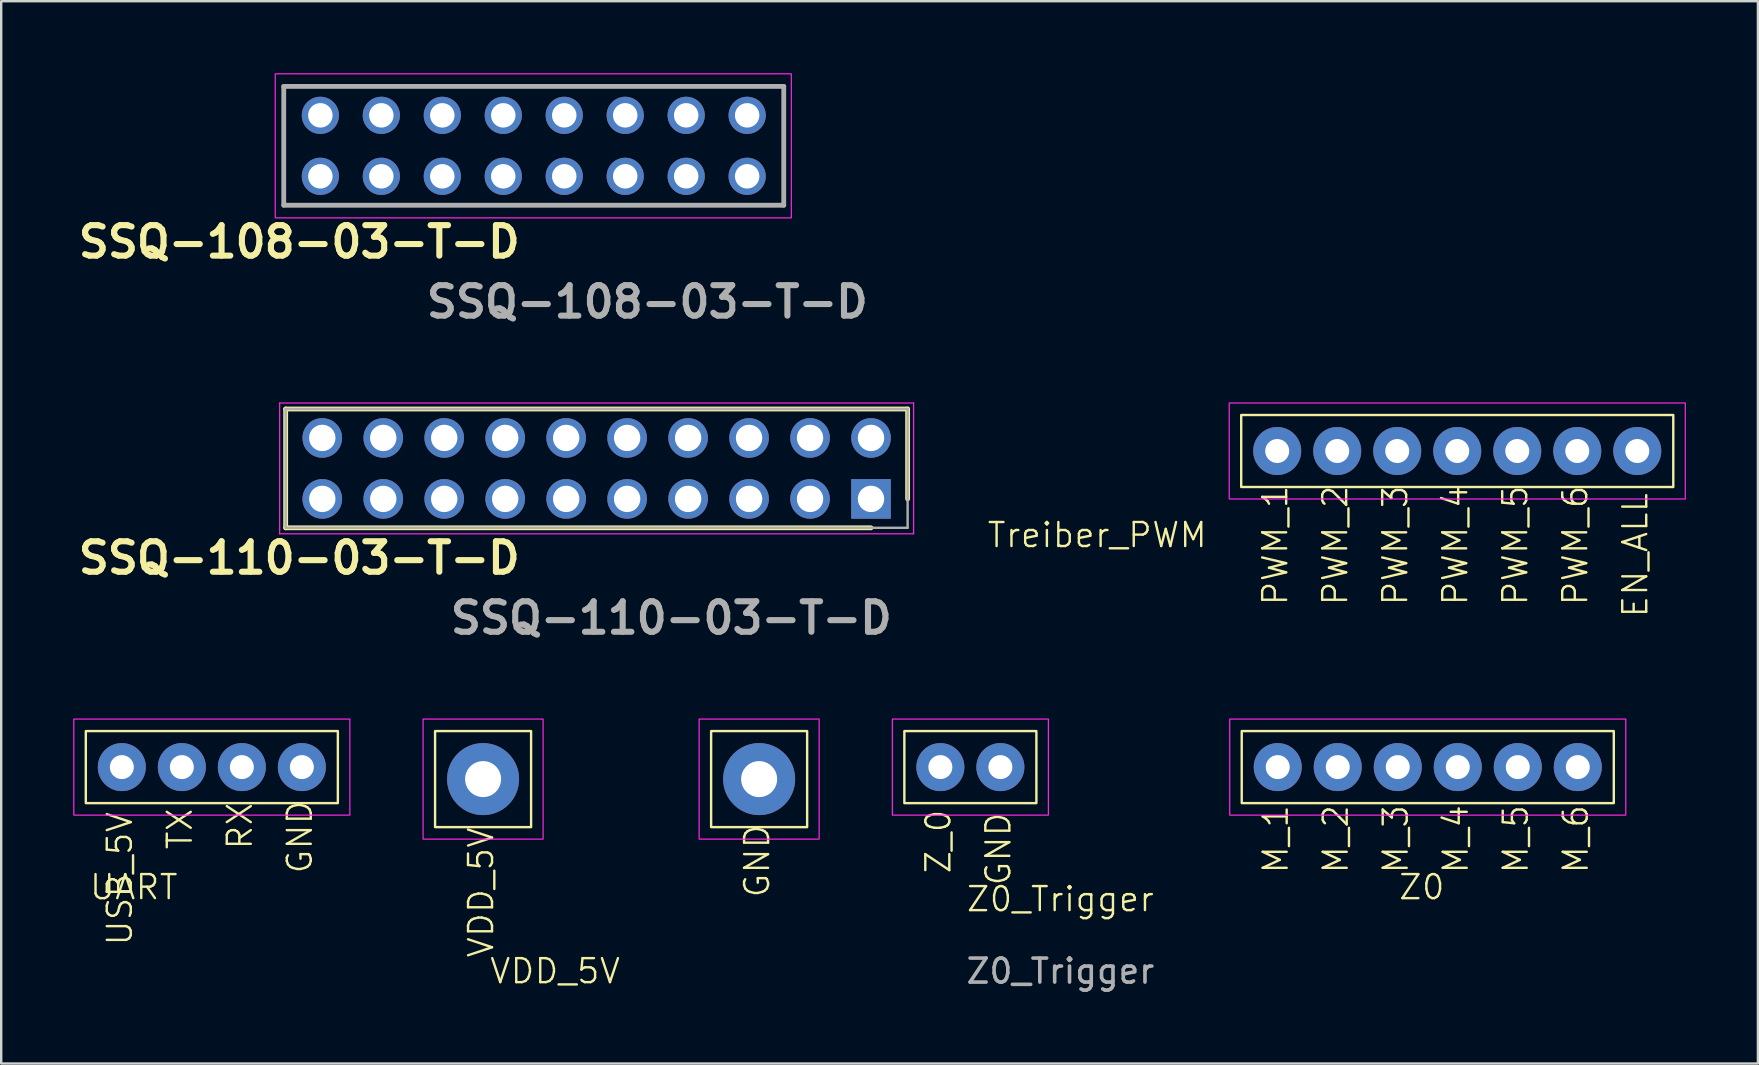
<source format=kicad_pcb>
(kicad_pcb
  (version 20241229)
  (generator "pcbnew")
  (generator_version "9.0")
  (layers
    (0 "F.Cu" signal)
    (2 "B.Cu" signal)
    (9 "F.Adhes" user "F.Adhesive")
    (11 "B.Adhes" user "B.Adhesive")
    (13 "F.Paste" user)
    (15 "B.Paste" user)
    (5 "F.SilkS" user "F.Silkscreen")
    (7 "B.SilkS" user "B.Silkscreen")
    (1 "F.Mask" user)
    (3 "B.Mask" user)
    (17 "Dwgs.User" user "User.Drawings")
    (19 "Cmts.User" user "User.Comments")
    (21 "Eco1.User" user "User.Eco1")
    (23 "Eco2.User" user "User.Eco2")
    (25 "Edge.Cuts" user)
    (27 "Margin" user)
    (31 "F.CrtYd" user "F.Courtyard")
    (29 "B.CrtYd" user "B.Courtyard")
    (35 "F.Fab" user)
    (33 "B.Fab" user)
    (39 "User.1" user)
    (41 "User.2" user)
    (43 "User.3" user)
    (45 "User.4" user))
  (footprint "Z0_Trigger"
    (layer "F.Cu")
    (at 34.625 30.407)
    (property "Reference" "Z0_Trigger" (at 6.5 4 0) (unlocked yes) (layer "F.SilkS") (effects (font (size 1 1) (thickness 0.1))))
    (attr through_hole)
    (fp_rect (start 0 -3) (end 5.5 0) (stroke (width 0.1) (type default)) (fill no) (layer "F.SilkS"))
    (fp_rect (start -0.5 -3.5) (end 6 0.5) (stroke (width 0.05) (type default)) (fill no) (layer "F.CrtYd"))
    (fp_text user "Z_0" (at 2 3 90) (unlocked yes) (layer "F.SilkS") (effects (font (size 1 1) (thickness 0.1)) (justify left bottom)))
    (fp_text user "GND" (at 4.5 3.5 90) (unlocked yes) (layer "F.SilkS") (effects (font (size 1 1) (thickness 0.1)) (justify left bottom)))
    (fp_text user "${REFERENCE}" (at 6.5 7 0) (unlocked yes) (layer "F.Fab") (effects (font (size 1 1) (thickness 0.15))))
    (pad "1" thru_hole circle (at 1.5 -1.5) (size 2 2) (drill 1) (layers "*.Cu" "*.Mask"))
    (pad "2" thru_hole circle (at 4 -1.5) (size 2 2) (drill 1) (layers "*.Cu" "*.Mask")))
  (footprint "UART"
    (layer "F.Cu")
    (at 0.525 30.407)
    (property "Reference" "UART" (at 2 3.5 0) (unlocked yes) (layer "F.SilkS") (effects (font (size 1 1) (thickness 0.1))))
    (attr through_hole)
    (fp_rect (start 0 -3) (end 10.5 0) (stroke (width 0.1) (type default)) (fill no) (layer "F.SilkS"))
    (fp_rect (start -0.5 -3.5) (end 11 0.5) (stroke (width 0.05) (type default)) (fill no) (layer "F.CrtYd"))
    (fp_text user "USB_5V" (at 2 6 90) (unlocked yes) (layer "F.SilkS") (effects (font (size 1 1) (thickness 0.1)) (justify left bottom)))
    (fp_text user "RX" (at 7 2 90) (unlocked yes) (layer "F.SilkS") (effects (font (size 1 1) (thickness 0.1)) (justify left bottom)))
    (fp_text user "GND" (at 9.5 3 90) (unlocked yes) (layer "F.SilkS") (effects (font (size 1 1) (thickness 0.1)) (justify left bottom)))
    (fp_text user "TX" (at 4.5 2 90) (unlocked yes) (layer "F.SilkS") (effects (font (size 1 1) (thickness 0.1)) (justify left bottom)))
    (pad "1" thru_hole circle (at 1.5 -1.5) (size 2 2) (drill 1) (layers "*.Cu" "*.Mask"))
    (pad "2" thru_hole circle (at 4 -1.5) (size 2 2) (drill 1) (layers "*.Cu" "*.Mask"))
    (pad "3" thru_hole circle (at 6.5 -1.5) (size 2 2) (drill 1) (layers "*.Cu" "*.Mask"))
    (pad "4" thru_hole circle (at 9 -1.5) (size 2 2) (drill 1) (layers "*.Cu" "*.Mask")))
  (footprint "SSQ-108-03-T-D"
    (layer "F.Cu")
    (at 8.416 5.525)
    (property "Reference" "SSQ-108-03-T-D" (at 1 1.5 0) (layer "F.SilkS") (effects (font (size 1.27 1.27) (thickness 0.254))))
    (attr through_hole)
    (fp_line (start 0.355 -4.975) (end 21.185 -4.975) (stroke (width 0.1) (type solid)) (layer "F.SilkS"))
    (fp_line (start 0.355 -0.025) (end 0.355 -4.975) (stroke (width 0.1) (type solid)) (layer "F.SilkS"))
    (fp_line (start 21.185 -4.975) (end 21.185 -0.025) (stroke (width 0.1) (type solid)) (layer "F.SilkS"))
    (fp_line (start 21.185 -0.025) (end 0.355 -0.025) (stroke (width 0.1) (type solid)) (layer "F.SilkS"))
    (fp_rect (start 0 -5.5) (end 21.5 0.5) (stroke (width 0.05) (type default)) (fill no) (layer "F.CrtYd"))
    (fp_line (start 0.355 -4.975) (end 21.185 -4.975) (stroke (width 0.2) (type solid)) (layer "F.Fab"))
    (fp_line (start 0.355 -0.025) (end 0.355 -4.975) (stroke (width 0.2) (type solid)) (layer "F.Fab"))
    (fp_line (start 21.185 -4.975) (end 21.185 -0.025) (stroke (width 0.2) (type solid)) (layer "F.Fab"))
    (fp_line (start 21.185 -0.025) (end 0.355 -0.025) (stroke (width 0.2) (type solid)) (layer "F.Fab"))
    (fp_text user "${REFERENCE}" (at 15.5 4 0) (layer "F.Fab") (effects (font (size 1.27 1.27) (thickness 0.254))))
    (pad "1" thru_hole circle (at 19.66 -1.23) (size 1.55 1.55) (drill 1.02) (layers "*.Cu" "*.Mask"))
    (pad "2" thru_hole circle (at 19.66 -3.77) (size 1.55 1.55) (drill 1.02) (layers "*.Cu" "*.Mask"))
    (pad "3" thru_hole circle (at 17.12 -1.23) (size 1.55 1.55) (drill 1.02) (layers "*.Cu" "*.Mask"))
    (pad "4" thru_hole circle (at 17.12 -3.77) (size 1.55 1.55) (drill 1.02) (layers "*.Cu" "*.Mask"))
    (pad "5" thru_hole circle (at 14.58 -1.23) (size 1.55 1.55) (drill 1.02) (layers "*.Cu" "*.Mask"))
    (pad "6" thru_hole circle (at 14.58 -3.77) (size 1.55 1.55) (drill 1.02) (layers "*.Cu" "*.Mask"))
    (pad "7" thru_hole circle (at 12.04 -1.23) (size 1.55 1.55) (drill 1.02) (layers "*.Cu" "*.Mask"))
    (pad "8" thru_hole circle (at 12.04 -3.77) (size 1.55 1.55) (drill 1.02) (layers "*.Cu" "*.Mask"))
    (pad "9" thru_hole circle (at 9.5 -1.23) (size 1.55 1.55) (drill 1.02) (layers "*.Cu" "*.Mask"))
    (pad "10" thru_hole circle (at 9.5 -3.77) (size 1.55 1.55) (drill 1.02) (layers "*.Cu" "*.Mask"))
    (pad "11" thru_hole circle (at 6.96 -1.23) (size 1.55 1.55) (drill 1.02) (layers "*.Cu" "*.Mask"))
    (pad "12" thru_hole circle (at 6.96 -3.77) (size 1.55 1.55) (drill 1.02) (layers "*.Cu" "*.Mask"))
    (pad "13" thru_hole circle (at 4.42 -1.23) (size 1.55 1.55) (drill 1.02) (layers "*.Cu" "*.Mask"))
    (pad "14" thru_hole circle (at 4.42 -3.77) (size 1.55 1.55) (drill 1.02) (layers "*.Cu" "*.Mask"))
    (pad "15" thru_hole circle (at 1.88 -1.23) (size 1.55 1.55) (drill 1.02) (layers "*.Cu" "*.Mask"))
    (pad "16" thru_hole circle (at 1.88 -3.77) (size 1.55 1.55) (drill 1.02) (layers "*.Cu" "*.Mask")))
  (footprint "Treiber_PWM"
    (layer "F.Cu")
    (at 48.658 17.239)
    (property "Reference" "Treiber_PWM" (at -6 2 0) (unlocked yes) (layer "F.SilkS") (effects (font (size 1 1) (thickness 0.1))))
    (attr through_hole)
    (fp_rect (start 0 -3) (end 18 0) (stroke (width 0.1) (type default)) (fill no) (layer "F.SilkS"))
    (fp_rect (start -0.5 -3.5) (end 18.5 0.5) (stroke (width 0.05) (type default)) (fill no) (layer "F.CrtYd"))
    (fp_text user "PWM_4" (at 9.5 5 90) (unlocked yes) (layer "F.SilkS") (effects (font (size 1 1) (thickness 0.1)) (justify left bottom)))
    (fp_text user "EN_ALL" (at 17 5.5 90) (unlocked yes) (layer "F.SilkS") (effects (font (size 1 1) (thickness 0.1)) (justify left bottom)))
    (fp_text user "PWM_6" (at 14.5 5 90) (unlocked yes) (layer "F.SilkS") (effects (font (size 1 1) (thickness 0.1)) (justify left bottom)))
    (fp_text user "PWM_5" (at 12 5 90) (unlocked yes) (layer "F.SilkS") (effects (font (size 1 1) (thickness 0.1)) (justify left bottom)))
    (fp_text user "PWM_3" (at 7 5 90) (unlocked yes) (layer "F.SilkS") (effects (font (size 1 1) (thickness 0.1)) (justify left bottom)))
    (fp_text user "PWM_2" (at 4.5 5 90) (unlocked yes) (layer "F.SilkS") (effects (font (size 1 1) (thickness 0.1)) (justify left bottom)))
    (fp_text user "PWM_1" (at 2 5 90) (unlocked yes) (layer "F.SilkS") (effects (font (size 1 1) (thickness 0.1)) (justify left bottom)))
    (pad "1" thru_hole circle (at 1.5 -1.5) (size 2 2) (drill 1) (layers "*.Cu" "*.Mask"))
    (pad "2" thru_hole circle (at 4 -1.5) (size 2 2) (drill 1) (layers "*.Cu" "*.Mask"))
    (pad "3" thru_hole circle (at 6.5 -1.5) (size 2 2) (drill 1) (layers "*.Cu" "*.Mask"))
    (pad "4" thru_hole circle (at 9 -1.5) (size 2 2) (drill 1) (layers "*.Cu" "*.Mask"))
    (pad "5" thru_hole circle (at 11.5 -1.5) (size 2 2) (drill 1) (layers "*.Cu" "*.Mask"))
    (pad "6" thru_hole circle (at 14 -1.5) (size 2 2) (drill 1) (layers "*.Cu" "*.Mask"))
    (pad "7" thru_hole circle (at 16.5 -1.5) (size 2 2) (drill 1) (layers "*.Cu" "*.Mask")))
  (footprint "Z0"
    (layer "F.Cu")
    (at 48.68 30.407)
    (property "Reference" "Z0" (at 7.5 3.5 0) (unlocked yes) (layer "F.SilkS") (effects (font (size 1 1) (thickness 0.1))))
    (attr through_hole)
    (fp_rect (start 0 -3) (end 15.5 0) (stroke (width 0.1) (type default)) (fill no) (layer "F.SilkS"))
    (fp_rect (start -0.5 -3.5) (end 16 0.5) (stroke (width 0.05) (type default)) (fill no) (layer "F.CrtYd"))
    (fp_text user "M_3" (at 7 3 90) (unlocked yes) (layer "F.SilkS") (effects (font (size 1 1) (thickness 0.1)) (justify left bottom)))
    (fp_text user "M_4" (at 9.5 3 90) (unlocked yes) (layer "F.SilkS") (effects (font (size 1 1) (thickness 0.1)) (justify left bottom)))
    (fp_text user "M_1" (at 2 3 90) (unlocked yes) (layer "F.SilkS") (effects (font (size 1 1) (thickness 0.1)) (justify left bottom)))
    (fp_text user "M_5" (at 12 3 90) (unlocked yes) (layer "F.SilkS") (effects (font (size 1 1) (thickness 0.1)) (justify left bottom)))
    (fp_text user "M_2" (at 4.5 3 90) (unlocked yes) (layer "F.SilkS") (effects (font (size 1 1) (thickness 0.1)) (justify left bottom)))
    (fp_text user "M_6" (at 14.5 3 90) (unlocked yes) (layer "F.SilkS") (effects (font (size 1 1) (thickness 0.1)) (justify left bottom)))
    (pad "1" thru_hole circle (at 1.5 -1.5) (size 2 2) (drill 1) (layers "*.Cu" "*.Mask"))
    (pad "2" thru_hole circle (at 4 -1.5) (size 2 2) (drill 1) (layers "*.Cu" "*.Mask"))
    (pad "3" thru_hole circle (at 6.5 -1.5) (size 2 2) (drill 1) (layers "*.Cu" "*.Mask"))
    (pad "4" thru_hole circle (at 9 -1.5) (size 2 2) (drill 1) (layers "*.Cu" "*.Mask"))
    (pad "5" thru_hole circle (at 11.5 -1.5) (size 2 2) (drill 1) (layers "*.Cu" "*.Mask"))
    (pad "6" thru_hole circle (at 14 -1.5) (size 2 2) (drill 1) (layers "*.Cu" "*.Mask")))
  (footprint "SSQ-110-03-T-D"
    (layer "F.Cu")
    (at 8.416 19.194)
    (property "Reference" "SSQ-110-03-T-D" (at 1 1 0) (layer "F.SilkS") (effects (font (size 1.27 1.27) (thickness 0.254))))
    (attr through_hole)
    (fp_line (start 0.435 -5.205) (end 26.345 -5.205) (stroke (width 0.2) (type solid)) (layer "F.SilkS"))
    (fp_line (start 0.435 -0.255) (end 0.435 -5.205) (stroke (width 0.2) (type solid)) (layer "F.SilkS"))
    (fp_line (start 24.82 -0.255) (end 0.435 -0.255) (stroke (width 0.2) (type solid)) (layer "F.SilkS"))
    (fp_line (start 26.345 -5.205) (end 26.345 -1.46) (stroke (width 0.2) (type solid)) (layer "F.SilkS"))
    (fp_line (start 0.185 -5.455) (end 26.595 -5.455) (stroke (width 0.05) (type solid)) (layer "F.CrtYd"))
    (fp_line (start 0.185 -0.005) (end 0.185 -5.455) (stroke (width 0.05) (type solid)) (layer "F.CrtYd"))
    (fp_line (start 26.595 -5.455) (end 26.595 -0.005) (stroke (width 0.05) (type solid)) (layer "F.CrtYd"))
    (fp_line (start 26.595 -0.005) (end 0.185 -0.005) (stroke (width 0.05) (type solid)) (layer "F.CrtYd"))
    (fp_line (start 0.435 -5.205) (end 26.345 -5.205) (stroke (width 0.1) (type solid)) (layer "F.Fab"))
    (fp_line (start 0.435 -0.255) (end 0.435 -5.205) (stroke (width 0.1) (type solid)) (layer "F.Fab"))
    (fp_line (start 26.345 -5.205) (end 26.345 -0.255) (stroke (width 0.1) (type solid)) (layer "F.Fab"))
    (fp_line (start 26.345 -0.255) (end 0.435 -0.255) (stroke (width 0.1) (type solid)) (layer "F.Fab"))
    (fp_text user "${REFERENCE}" (at 16.5 3.5 0) (layer "F.Fab") (effects (font (size 1.27 1.27) (thickness 0.254))))
    (pad "1" thru_hole rect (at 24.82 -1.46) (size 1.65 1.65) (drill 1.1) (layers "*.Cu" "*.Mask"))
    (pad "2" thru_hole circle (at 24.82 -4) (size 1.65 1.65) (drill 1.1) (layers "*.Cu" "*.Mask"))
    (pad "3" thru_hole circle (at 22.28 -1.46) (size 1.65 1.65) (drill 1.1) (layers "*.Cu" "*.Mask"))
    (pad "4" thru_hole circle (at 22.28 -4) (size 1.65 1.65) (drill 1.1) (layers "*.Cu" "*.Mask"))
    (pad "5" thru_hole circle (at 19.74 -1.46) (size 1.65 1.65) (drill 1.1) (layers "*.Cu" "*.Mask"))
    (pad "6" thru_hole circle (at 19.74 -4) (size 1.65 1.65) (drill 1.1) (layers "*.Cu" "*.Mask"))
    (pad "7" thru_hole circle (at 17.2 -1.46) (size 1.65 1.65) (drill 1.1) (layers "*.Cu" "*.Mask"))
    (pad "8" thru_hole circle (at 17.2 -4) (size 1.65 1.65) (drill 1.1) (layers "*.Cu" "*.Mask"))
    (pad "9" thru_hole circle (at 14.66 -1.46) (size 1.65 1.65) (drill 1.1) (layers "*.Cu" "*.Mask"))
    (pad "10" thru_hole circle (at 14.66 -4) (size 1.65 1.65) (drill 1.1) (layers "*.Cu" "*.Mask"))
    (pad "11" thru_hole circle (at 12.12 -1.46) (size 1.65 1.65) (drill 1.1) (layers "*.Cu" "*.Mask"))
    (pad "12" thru_hole circle (at 12.12 -4) (size 1.65 1.65) (drill 1.1) (layers "*.Cu" "*.Mask"))
    (pad "13" thru_hole circle (at 9.58 -1.46) (size 1.65 1.65) (drill 1.1) (layers "*.Cu" "*.Mask"))
    (pad "14" thru_hole circle (at 9.58 -4) (size 1.65 1.65) (drill 1.1) (layers "*.Cu" "*.Mask"))
    (pad "15" thru_hole circle (at 7.04 -1.46) (size 1.65 1.65) (drill 1.1) (layers "*.Cu" "*.Mask"))
    (pad "16" thru_hole circle (at 7.04 -4) (size 1.65 1.65) (drill 1.1) (layers "*.Cu" "*.Mask"))
    (pad "17" thru_hole circle (at 4.5 -1.46) (size 1.65 1.65) (drill 1.1) (layers "*.Cu" "*.Mask"))
    (pad "18" thru_hole circle (at 4.5 -4) (size 1.65 1.65) (drill 1.1) (layers "*.Cu" "*.Mask"))
    (pad "19" thru_hole circle (at 1.96 -1.46) (size 1.65 1.65) (drill 1.1) (layers "*.Cu" "*.Mask"))
    (pad "20" thru_hole circle (at 1.96 -4) (size 1.65 1.65) (drill 1.1) (layers "*.Cu" "*.Mask")))
  (footprint "VDD_5V"
    (layer "F.Cu")
    (at 15.075 31.407)
    (property "Reference" "VDD_5V" (at 5 6 0) (unlocked yes) (layer "F.SilkS") (effects (font (size 1 1) (thickness 0.1))))
    (attr through_hole)
    (fp_rect (start 0 -4) (end 4 0) (stroke (width 0.1) (type default)) (fill no) (layer "F.SilkS"))
    (fp_rect (start 11.5 -4) (end 15.5 0) (stroke (width 0.1) (type default)) (fill no) (layer "F.SilkS"))
    (fp_rect (start -0.5 -4.5) (end 4.5 0.5) (stroke (width 0.05) (type default)) (fill no) (layer "F.CrtYd"))
    (fp_rect (start 11 -4.5) (end 16 0.5) (stroke (width 0.05) (type default)) (fill no) (layer "F.CrtYd"))
    (fp_text user "GND" (at 14 3 90) (unlocked yes) (layer "F.SilkS") (effects (font (size 1 1) (thickness 0.1)) (justify left bottom)))
    (fp_text user "VDD_5V" (at 2.5 5.5 90) (unlocked yes) (layer "F.SilkS") (effects (font (size 1 1) (thickness 0.1)) (justify left bottom)))
    (pad "1" thru_hole circle (at 2 -2) (size 3 3) (drill 1.5) (layers "*.Cu" "*.Mask"))
    (pad "2" thru_hole circle (at 13.5 -2) (size 3 3) (drill 1.5) (layers "*.Cu" "*.Mask")))
  (gr_rect
    (start -3 -3)
    (end 70.183 41.256)
    (stroke (width 0.1) (type default))
    (fill no)
    (layer "Edge.Cuts")))
</source>
